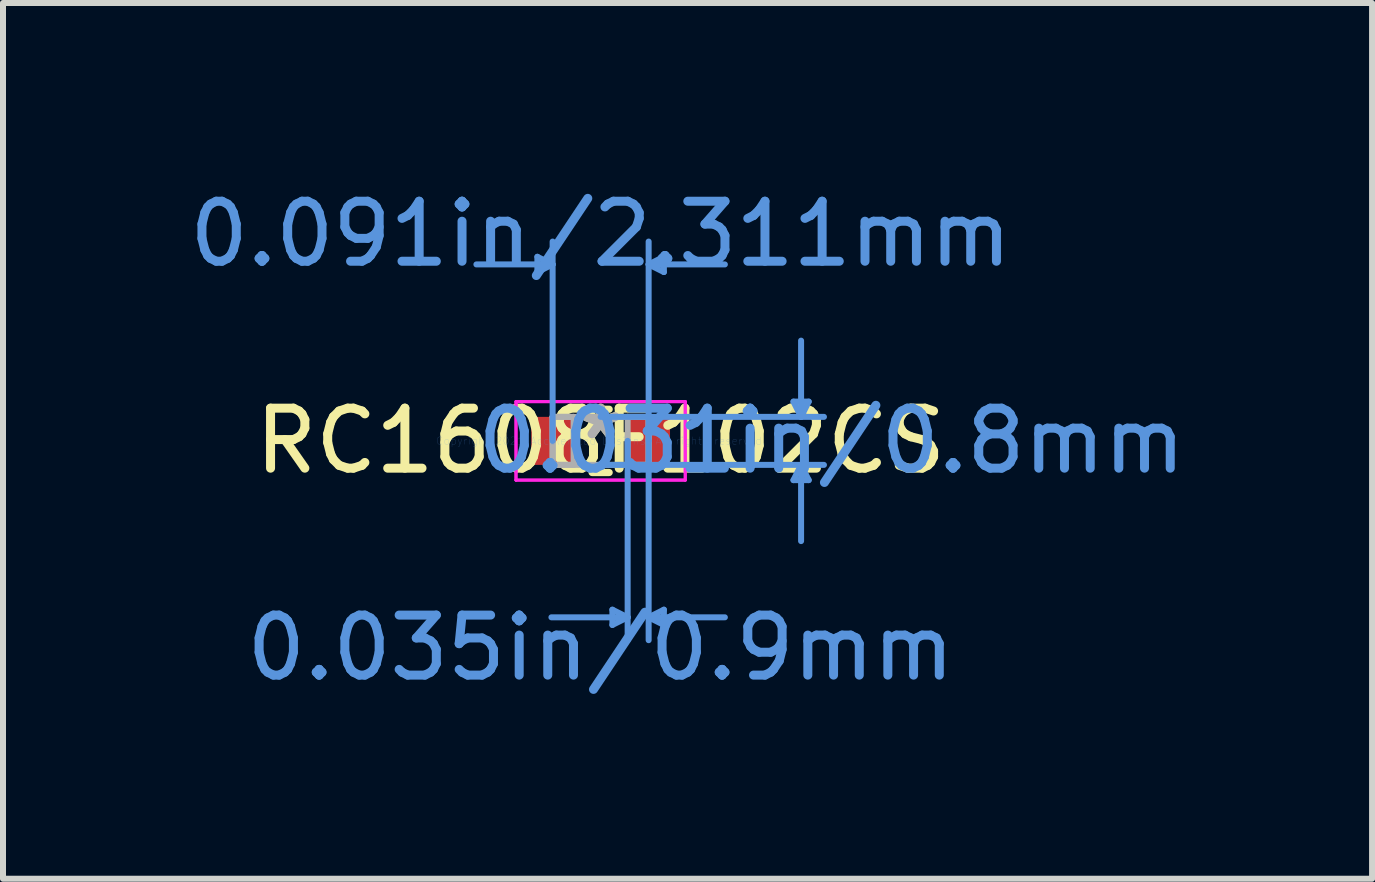
<source format=kicad_pcb>
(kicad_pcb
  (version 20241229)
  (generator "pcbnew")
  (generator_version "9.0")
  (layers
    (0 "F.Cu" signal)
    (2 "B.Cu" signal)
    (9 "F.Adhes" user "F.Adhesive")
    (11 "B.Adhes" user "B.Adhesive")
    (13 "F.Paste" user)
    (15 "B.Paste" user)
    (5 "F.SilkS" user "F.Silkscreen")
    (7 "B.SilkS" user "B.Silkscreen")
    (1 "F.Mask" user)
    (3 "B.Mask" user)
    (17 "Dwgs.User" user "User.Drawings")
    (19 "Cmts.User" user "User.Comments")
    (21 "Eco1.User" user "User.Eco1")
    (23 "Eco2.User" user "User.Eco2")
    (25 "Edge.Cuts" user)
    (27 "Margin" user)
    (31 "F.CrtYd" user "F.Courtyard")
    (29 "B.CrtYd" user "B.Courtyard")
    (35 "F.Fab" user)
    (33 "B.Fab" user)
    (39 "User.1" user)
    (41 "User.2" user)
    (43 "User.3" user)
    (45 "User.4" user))
  (footprint "RC1608F102CS"
    (layer "F.Cu")
    (at 6.958 4.296)
    (property "Reference" "RC1608F102CS" (at 0 0 0) (layer "F.SilkS") (effects (font (size 1 1) (thickness 0.15))))
    (attr through_hole)
    (fp_line (start -0.142 0.527) (end 0.142 0.527) (stroke (width 0.12) (type solid)) (layer "F.SilkS"))
    (fp_line (start 0.142 -0.527) (end -0.142 -0.527) (stroke (width 0.12) (type solid)) (layer "F.SilkS"))
    (fp_line (start -1.054 -3.067) (end -1.054 -2.813) (stroke (width 0.1) (type solid)) (layer "Cmts.User"))
    (fp_line (start -0.8 -2.94) (end -2.07 -2.94) (stroke (width 0.1) (type solid)) (layer "Cmts.User"))
    (fp_line (start -0.8 -2.94) (end -1.054 -3.067) (stroke (width 0.1) (type solid)) (layer "Cmts.User"))
    (fp_line (start -0.8 -2.94) (end -1.054 -2.813) (stroke (width 0.1) (type solid)) (layer "Cmts.User"))
    (fp_line (start -0.8 0) (end -0.8 -3.321) (stroke (width 0.1) (type solid)) (layer "Cmts.User"))
    (fp_line (start 0 -0.4) (end 3.721 -0.4) (stroke (width 0.1) (type solid)) (layer "Cmts.User"))
    (fp_line (start 0 0.4) (end 3.721 0.4) (stroke (width 0.1) (type solid)) (layer "Cmts.User"))
    (fp_line (start 0.196 2.813) (end 0.196 3.067) (stroke (width 0.1) (type solid)) (layer "Cmts.User"))
    (fp_line (start 0.45 0) (end 0.45 3.321) (stroke (width 0.1) (type solid)) (layer "Cmts.User"))
    (fp_line (start 0.45 2.94) (end -0.82 2.94) (stroke (width 0.1) (type solid)) (layer "Cmts.User"))
    (fp_line (start 0.45 2.94) (end 0.196 2.813) (stroke (width 0.1) (type solid)) (layer "Cmts.User"))
    (fp_line (start 0.45 2.94) (end 0.196 3.067) (stroke (width 0.1) (type solid)) (layer "Cmts.User"))
    (fp_line (start 0.8 -2.94) (end 1.054 -3.067) (stroke (width 0.1) (type solid)) (layer "Cmts.User"))
    (fp_line (start 0.8 -2.94) (end 1.054 -2.813) (stroke (width 0.1) (type solid)) (layer "Cmts.User"))
    (fp_line (start 0.8 -2.94) (end 2.07 -2.94) (stroke (width 0.1) (type solid)) (layer "Cmts.User"))
    (fp_line (start 0.8 0) (end 0.8 -3.321) (stroke (width 0.1) (type solid)) (layer "Cmts.User"))
    (fp_line (start 0.8 0) (end 0.8 3.321) (stroke (width 0.1) (type solid)) (layer "Cmts.User"))
    (fp_line (start 0.8 2.94) (end 1.054 2.813) (stroke (width 0.1) (type solid)) (layer "Cmts.User"))
    (fp_line (start 0.8 2.94) (end 1.054 3.067) (stroke (width 0.1) (type solid)) (layer "Cmts.User"))
    (fp_line (start 0.8 2.94) (end 2.07 2.94) (stroke (width 0.1) (type solid)) (layer "Cmts.User"))
    (fp_line (start 1.054 -3.067) (end 1.054 -2.813) (stroke (width 0.1) (type solid)) (layer "Cmts.User"))
    (fp_line (start 1.054 2.813) (end 1.054 3.067) (stroke (width 0.1) (type solid)) (layer "Cmts.User"))
    (fp_line (start 3.213 -0.654) (end 3.467 -0.654) (stroke (width 0.1) (type solid)) (layer "Cmts.User"))
    (fp_line (start 3.213 0.654) (end 3.467 0.654) (stroke (width 0.1) (type solid)) (layer "Cmts.User"))
    (fp_line (start 3.34 -0.4) (end 3.213 -0.654) (stroke (width 0.1) (type solid)) (layer "Cmts.User"))
    (fp_line (start 3.34 -0.4) (end 3.34 -1.67) (stroke (width 0.1) (type solid)) (layer "Cmts.User"))
    (fp_line (start 3.34 -0.4) (end 3.467 -0.654) (stroke (width 0.1) (type solid)) (layer "Cmts.User"))
    (fp_line (start 3.34 0.4) (end 3.213 0.654) (stroke (width 0.1) (type solid)) (layer "Cmts.User"))
    (fp_line (start 3.34 0.4) (end 3.34 1.67) (stroke (width 0.1) (type solid)) (layer "Cmts.User"))
    (fp_line (start 3.34 0.4) (end 3.467 0.654) (stroke (width 0.1) (type solid)) (layer "Cmts.User"))
    (fp_line (start -1.41 -0.654) (end 1.41 -0.654) (stroke (width 0.05) (type solid)) (layer "F.CrtYd"))
    (fp_line (start -1.41 -0.654) (end 1.41 -0.654) (stroke (width 0.05) (type solid)) (layer "F.CrtYd"))
    (fp_line (start -1.41 0.654) (end -1.41 -0.654) (stroke (width 0.05) (type solid)) (layer "F.CrtYd"))
    (fp_line (start -1.41 0.654) (end -1.41 -0.654) (stroke (width 0.05) (type solid)) (layer "F.CrtYd"))
    (fp_line (start 1.41 -0.654) (end 1.41 0.654) (stroke (width 0.05) (type solid)) (layer "F.CrtYd"))
    (fp_line (start 1.41 -0.654) (end 1.41 0.654) (stroke (width 0.05) (type solid)) (layer "F.CrtYd"))
    (fp_line (start 1.41 0.654) (end -1.41 0.654) (stroke (width 0.05) (type solid)) (layer "F.CrtYd"))
    (fp_line (start 1.41 0.654) (end -1.41 0.654) (stroke (width 0.05) (type solid)) (layer "F.CrtYd"))
    (fp_line (start -0.8 -0.4) (end -0.8 0.4) (stroke (width 0.1) (type solid)) (layer "F.Fab"))
    (fp_line (start -0.8 -0.4) (end -0.8 0.4) (stroke (width 0.1) (type solid)) (layer "F.Fab"))
    (fp_line (start -0.8 0.4) (end -0.45 0.4) (stroke (width 0.1) (type solid)) (layer "F.Fab"))
    (fp_line (start -0.8 0.4) (end 0.8 0.4) (stroke (width 0.1) (type solid)) (layer "F.Fab"))
    (fp_line (start -0.45 -0.4) (end -0.8 -0.4) (stroke (width 0.1) (type solid)) (layer "F.Fab"))
    (fp_line (start -0.45 0.4) (end -0.45 -0.4) (stroke (width 0.1) (type solid)) (layer "F.Fab"))
    (fp_line (start 0.45 -0.4) (end 0.45 0.4) (stroke (width 0.1) (type solid)) (layer "F.Fab"))
    (fp_line (start 0.45 0.4) (end 0.8 0.4) (stroke (width 0.1) (type solid)) (layer "F.Fab"))
    (fp_line (start 0.8 -0.4) (end -0.8 -0.4) (stroke (width 0.1) (type solid)) (layer "F.Fab"))
    (fp_line (start 0.8 -0.4) (end 0.45 -0.4) (stroke (width 0.1) (type solid)) (layer "F.Fab"))
    (fp_line (start 0.8 0.4) (end 0.8 -0.4) (stroke (width 0.1) (type solid)) (layer "F.Fab"))
    (fp_line (start 0.8 0.4) (end 0.8 -0.4) (stroke (width 0.1) (type solid)) (layer "F.Fab"))
    (fp_text user "*" (at 0 0 0) (layer "F.SilkS") (effects (font (size 1 1) (thickness 0.15))))
    (fp_text user "0.031in/0.8mm" (at 3.848 0 0) (layer "Cmts.User") (effects (font (size 1 1) (thickness 0.15))))
    (fp_text user "Copyright 2021 Accelerated Designs. All rights reserved." (at 0 0 0) (layer "Cmts.User") (effects (font (size 0.127 0.127) (thickness 0.002))))
    (fp_text user "0.035in/0.9mm" (at 0 3.448 0) (layer "Cmts.User") (effects (font (size 1 1) (thickness 0.15))))
    (fp_text user "0.091in/2.311mm" (at 0 -3.448 0) (layer "Cmts.User") (effects (font (size 1 1) (thickness 0.15))))
    (fp_text user "*" (at 0 0 0) (layer "F.Fab") (effects (font (size 1 1) (thickness 0.15))))
    (pad "1" smd rect (at -0.803 0) (size 0.706 0.8) (layers "F.Cu" "F.Mask" "F.Paste"))
    (pad "2" smd rect (at 0.803 0) (size 0.706 0.8) (layers "F.Cu" "F.Mask" "F.Paste")))
  (gr_rect
    (start -3 -3)
    (end 19.812 11.592)
    (stroke (width 0.1) (type default))
    (fill no)
    (layer "Edge.Cuts")))
</source>
